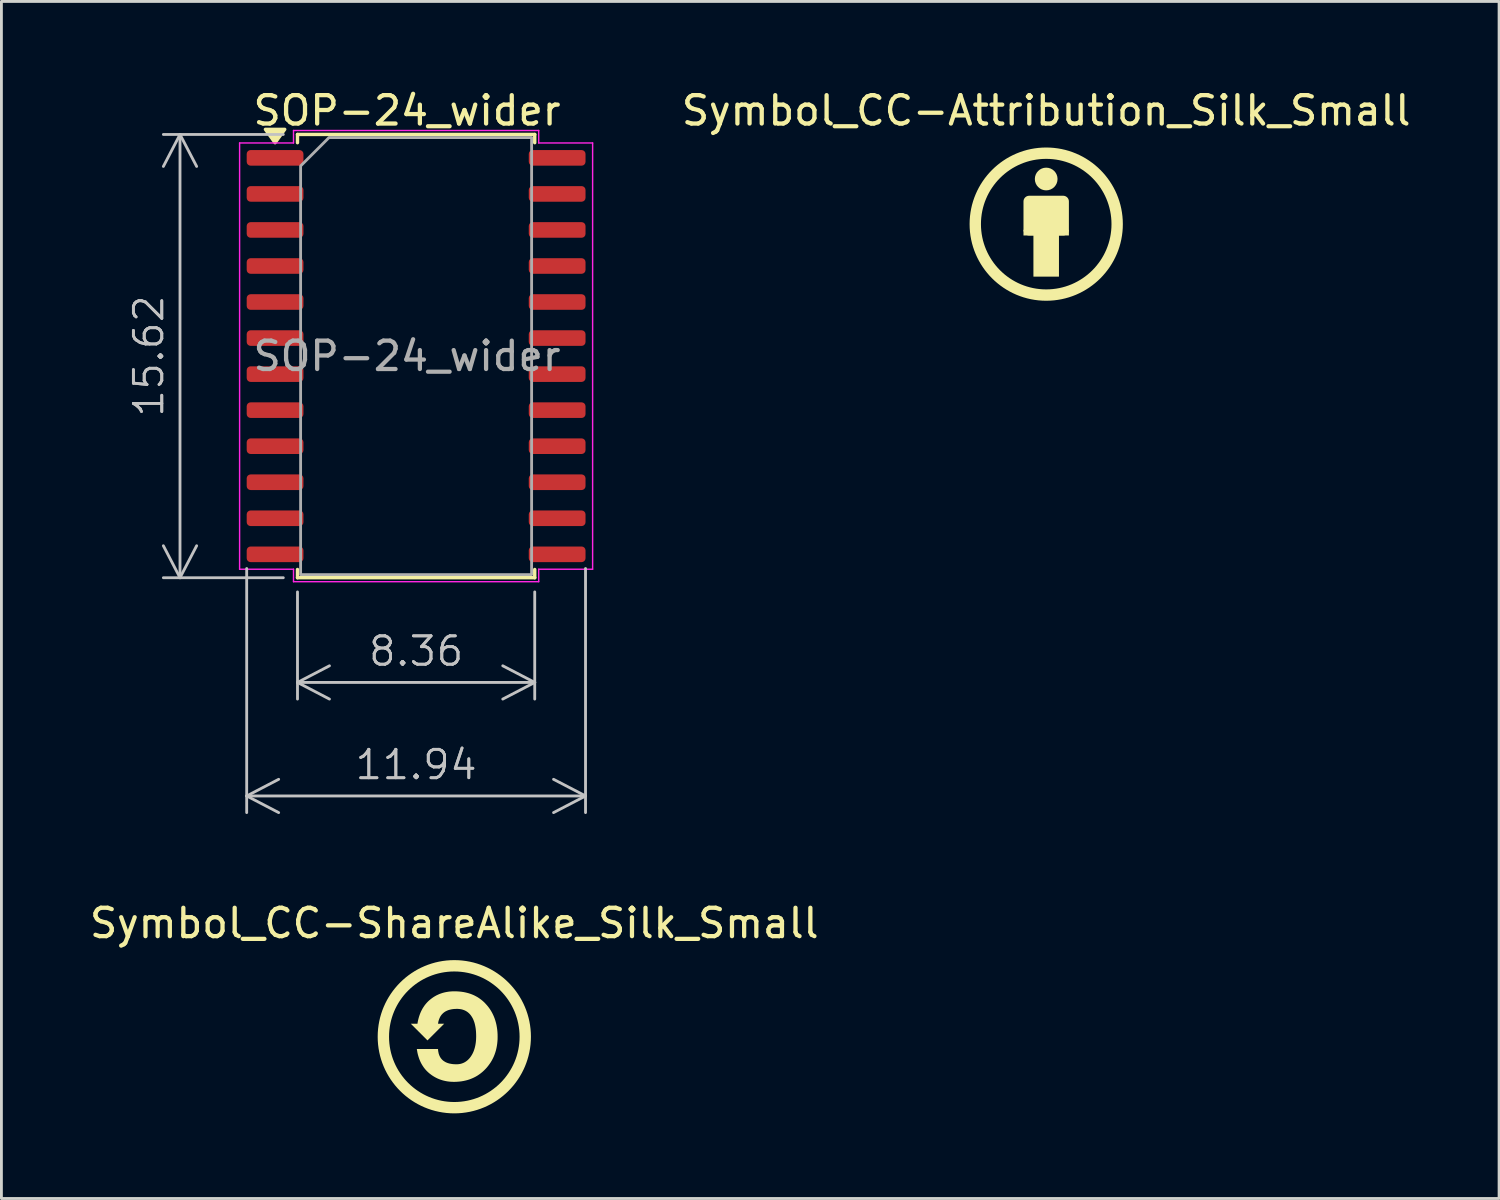
<source format=kicad_pcb>
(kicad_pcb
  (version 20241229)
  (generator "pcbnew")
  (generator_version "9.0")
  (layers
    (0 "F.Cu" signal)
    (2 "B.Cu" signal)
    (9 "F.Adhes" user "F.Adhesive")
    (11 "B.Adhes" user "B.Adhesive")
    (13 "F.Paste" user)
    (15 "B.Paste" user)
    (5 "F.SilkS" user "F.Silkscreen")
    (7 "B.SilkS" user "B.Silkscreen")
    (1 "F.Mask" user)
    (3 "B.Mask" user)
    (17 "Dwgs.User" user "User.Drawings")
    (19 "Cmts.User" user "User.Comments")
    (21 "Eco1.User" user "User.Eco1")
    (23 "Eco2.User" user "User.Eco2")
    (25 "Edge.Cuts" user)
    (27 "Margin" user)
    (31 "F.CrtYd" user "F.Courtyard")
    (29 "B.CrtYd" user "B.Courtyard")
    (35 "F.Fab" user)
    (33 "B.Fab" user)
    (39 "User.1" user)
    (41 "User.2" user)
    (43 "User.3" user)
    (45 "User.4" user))
  (footprint "SOP-24_wider"
    (layer "F.Cu")
    (at 11.293 9.498)
    (property "Reference" "SOP-24_wider" (at 0 -8.65 0) (layer "F.SilkS") (effects (font (size 1 1) (thickness 0.15))))
    (attr smd)
    (fp_line (start -3.86 -7.81) (end 4.5 -7.81) (stroke (width 0.12) (type solid)) (layer "F.SilkS"))
    (fp_line (start -3.86 -7.52) (end -3.86 -7.81) (stroke (width 0.12) (type solid)) (layer "F.SilkS"))
    (fp_line (start -3.86 7.81) (end -3.86 7.52) (stroke (width 0.12) (type solid)) (layer "F.SilkS"))
    (fp_line (start 4.5 -7.81) (end 4.5 -7.52) (stroke (width 0.12) (type solid)) (layer "F.SilkS"))
    (fp_line (start 4.5 7.52) (end 4.5 7.81) (stroke (width 0.12) (type solid)) (layer "F.SilkS"))
    (fp_line (start 4.5 7.81) (end -3.86 7.81) (stroke (width 0.12) (type solid)) (layer "F.SilkS"))
    (fp_poly (pts (xy -4.65 -7.52) (xy -4.99 -7.99) (xy -4.31 -7.99)) (stroke (width 0.12) (type solid)) (fill yes) (layer "F.SilkS"))
    (fp_line (start -5.9 -7.51) (end -4 -7.51) (stroke (width 0.05) (type solid)) (layer "F.CrtYd"))
    (fp_line (start -5.9 7.51) (end -5.9 -7.51) (stroke (width 0.05) (type solid)) (layer "F.CrtYd"))
    (fp_line (start -4 -7.95) (end 4.64 -7.95) (stroke (width 0.05) (type solid)) (layer "F.CrtYd"))
    (fp_line (start -4 -7.51) (end -4 -7.95) (stroke (width 0.05) (type solid)) (layer "F.CrtYd"))
    (fp_line (start -4 7.51) (end -5.9 7.51) (stroke (width 0.05) (type solid)) (layer "F.CrtYd"))
    (fp_line (start -4 7.95) (end -4 7.51) (stroke (width 0.05) (type solid)) (layer "F.CrtYd"))
    (fp_line (start 4.64 -7.95) (end 4.64 -7.51) (stroke (width 0.05) (type solid)) (layer "F.CrtYd"))
    (fp_line (start 4.64 -7.51) (end 6.54 -7.51) (stroke (width 0.05) (type solid)) (layer "F.CrtYd"))
    (fp_line (start 4.64 7.51) (end 4.64 7.95) (stroke (width 0.05) (type solid)) (layer "F.CrtYd"))
    (fp_line (start 4.64 7.95) (end -4 7.95) (stroke (width 0.05) (type solid)) (layer "F.CrtYd"))
    (fp_line (start 6.54 -7.51) (end 6.54 7.51) (stroke (width 0.05) (type solid)) (layer "F.CrtYd"))
    (fp_line (start 6.54 7.51) (end 4.64 7.51) (stroke (width 0.05) (type solid)) (layer "F.CrtYd"))
    (fp_poly (pts (xy -3.75 -6.7) (xy -3.75 7.7) (xy 4.39 7.7) (xy 4.39 -7.7) (xy -2.75 -7.7)) (stroke (width 0.1) (type solid)) (fill no) (layer "F.Fab"))
    (fp_text user "${REFERENCE}" (at 0 0 0) (layer "F.Fab") (effects (font (size 1 1) (thickness 0.15))))
    (dimension (type orthogonal) (layer "Dwgs.User") (pts (xy 7.433 1.688) (xy 7.433 17.308)) (height -4.14) (orientation 1) (format (prefix "") (suffix "") (units 3) (units_format 0) (precision 4) (suppress_zeroes yes)) (style (thickness 0.1) (arrow_length 1.27) (text_position_mode 0) (arrow_direction outward) (extension_height 0.586) (extension_offset 0.5) (keep_text_aligned yes)) (gr_text "15.62" (at 2.193 9.498 90) (layer "Dwgs.User") (effects (font (size 1 1) (thickness 0.1)))))
    (dimension (type orthogonal) (layer "Dwgs.User") (pts (xy 5.643 16.483) (xy 17.583 16.483)) (height 8.515) (orientation 0) (format (prefix "") (suffix "") (units 3) (units_format 0) (precision 4) (suppress_zeroes yes)) (style (thickness 0.1) (arrow_length 1.27) (text_position_mode 0) (arrow_direction outward) (extension_height 0.586) (extension_offset 0.5) (keep_text_aligned yes)) (gr_text "11.94" (at 11.613 23.898 0) (layer "Dwgs.User") (effects (font (size 1 1) (thickness 0.1)))))
    (dimension (type orthogonal) (layer "Dwgs.User") (pts (xy 7.433 17.308) (xy 15.793 17.308)) (height 3.69) (orientation 0) (format (prefix "") (suffix "") (units 3) (units_format 0) (precision 4) (suppress_zeroes yes)) (style (thickness 0.1) (arrow_length 1.27) (text_position_mode 0) (arrow_direction outward) (extension_height 0.586) (extension_offset 0.5) (keep_text_aligned yes)) (gr_text "8.36" (at 11.613 19.898 0) (layer "Dwgs.User") (effects (font (size 1 1) (thickness 0.1)))))
    (pad "1" smd roundrect (at -4.65 -6.985) (size 2 0.55) (layers "F.Cu" "F.Mask" "F.Paste") (roundrect_rratio 0.25))
    (pad "2" smd roundrect (at -4.65 -5.715) (size 2 0.55) (layers "F.Cu" "F.Mask" "F.Paste") (roundrect_rratio 0.25))
    (pad "3" smd roundrect (at -4.65 -4.445) (size 2 0.55) (layers "F.Cu" "F.Mask" "F.Paste") (roundrect_rratio 0.25))
    (pad "4" smd roundrect (at -4.65 -3.175) (size 2 0.55) (layers "F.Cu" "F.Mask" "F.Paste") (roundrect_rratio 0.25))
    (pad "5" smd roundrect (at -4.65 -1.905) (size 2 0.55) (layers "F.Cu" "F.Mask" "F.Paste") (roundrect_rratio 0.25))
    (pad "6" smd roundrect (at -4.65 -0.635) (size 2 0.55) (layers "F.Cu" "F.Mask" "F.Paste") (roundrect_rratio 0.25))
    (pad "7" smd roundrect (at -4.65 0.635) (size 2 0.55) (layers "F.Cu" "F.Mask" "F.Paste") (roundrect_rratio 0.25))
    (pad "8" smd roundrect (at -4.65 1.905) (size 2 0.55) (layers "F.Cu" "F.Mask" "F.Paste") (roundrect_rratio 0.25))
    (pad "9" smd roundrect (at -4.65 3.175) (size 2 0.55) (layers "F.Cu" "F.Mask" "F.Paste") (roundrect_rratio 0.25))
    (pad "10" smd roundrect (at -4.65 4.445) (size 2 0.55) (layers "F.Cu" "F.Mask" "F.Paste") (roundrect_rratio 0.25))
    (pad "11" smd roundrect (at -4.65 5.715) (size 2 0.55) (layers "F.Cu" "F.Mask" "F.Paste") (roundrect_rratio 0.25))
    (pad "12" smd roundrect (at -4.65 6.985) (size 2 0.55) (layers "F.Cu" "F.Mask" "F.Paste") (roundrect_rratio 0.25))
    (pad "13" smd roundrect (at 5.29 6.985) (size 2 0.55) (layers "F.Cu" "F.Mask" "F.Paste") (roundrect_rratio 0.25))
    (pad "14" smd roundrect (at 5.29 5.715) (size 2 0.55) (layers "F.Cu" "F.Mask" "F.Paste") (roundrect_rratio 0.25))
    (pad "15" smd roundrect (at 5.29 4.445) (size 2 0.55) (layers "F.Cu" "F.Mask" "F.Paste") (roundrect_rratio 0.25))
    (pad "16" smd roundrect (at 5.29 3.175) (size 2 0.55) (layers "F.Cu" "F.Mask" "F.Paste") (roundrect_rratio 0.25))
    (pad "17" smd roundrect (at 5.29 1.905) (size 2 0.55) (layers "F.Cu" "F.Mask" "F.Paste") (roundrect_rratio 0.25))
    (pad "18" smd roundrect (at 5.29 0.635) (size 2 0.55) (layers "F.Cu" "F.Mask" "F.Paste") (roundrect_rratio 0.25))
    (pad "19" smd roundrect (at 5.29 -0.635) (size 2 0.55) (layers "F.Cu" "F.Mask" "F.Paste") (roundrect_rratio 0.25))
    (pad "20" smd roundrect (at 5.29 -1.905) (size 2 0.55) (layers "F.Cu" "F.Mask" "F.Paste") (roundrect_rratio 0.25))
    (pad "21" smd roundrect (at 5.29 -3.175) (size 2 0.55) (layers "F.Cu" "F.Mask" "F.Paste") (roundrect_rratio 0.25))
    (pad "22" smd roundrect (at 5.29 -4.445) (size 2 0.55) (layers "F.Cu" "F.Mask" "F.Paste") (roundrect_rratio 0.25))
    (pad "23" smd roundrect (at 5.29 -5.715) (size 2 0.55) (layers "F.Cu" "F.Mask" "F.Paste") (roundrect_rratio 0.25))
    (pad "24" smd roundrect (at 5.29 -6.985) (size 2 0.55) (layers "F.Cu" "F.Mask" "F.Paste") (roundrect_rratio 0.25)))
  (footprint "Symbol_CC-Attribution_Silk_Small"
    (layer "F.Cu")
    (at 33.816 4.848)
    (property "Reference" "Symbol_CC-Attribution_Silk_Small" (at 0 -4 0) (layer "F.SilkS") (effects (font (size 1 1) (thickness 0.15))))
    (attr exclude_from_pos_files exclude_from_bom allow_missing_courtyard)
    (fp_rect (start -0.8 0.2) (end 0.8 0.4) (stroke (width 0) (type solid)) (fill yes) (layer "F.SilkS"))
    (fp_rect (start -0.6 -0.8) (end 0.6 0.2) (stroke (width 0.4) (type solid)) (fill yes) (layer "F.SilkS"))
    (fp_rect (start -0.45 0) (end 0.45 1.85) (stroke (width 0) (type solid)) (fill yes) (layer "F.SilkS"))
    (fp_circle (center 0 -1.59) (end 0.3 -1.59) (stroke (width 0.2) (type solid)) (fill yes) (layer "F.SilkS"))
    (fp_circle (center 0.001 0) (end 2.501 0) (stroke (width 0.4) (type solid)) (fill no) (layer "F.SilkS")))
  (footprint "Symbol_CC-ShareAlike_Silk_Small"
    (layer "F.Cu")
    (at 12.958 33.483)
    (property "Reference" "Symbol_CC-ShareAlike_Silk_Small" (at 0 -4 0) (layer "F.SilkS") (effects (font (size 1 1) (thickness 0.15))))
    (attr exclude_from_pos_files exclude_from_bom allow_missing_courtyard)
    (fp_circle (center 0.001 0) (end 2.501 0) (stroke (width 0.4) (type solid)) (fill no) (layer "F.SilkS"))
    (fp_poly (pts (xy 0.089 -1.599) (xy 0.173 -1.594) (xy 0.255 -1.585) (xy 0.335 -1.573) (xy 0.412 -1.557) (xy 0.487 -1.538) (xy 0.56 -1.515) (xy 0.63 -1.489) (xy 0.699 -1.459) (xy 0.765 -1.425) (xy 0.829 -1.389) (xy 0.89 -1.348) (xy 0.95 -1.304) (xy 1.007 -1.257) (xy 1.062 -1.206) (xy 1.114 -1.151) (xy 1.164 -1.094) (xy 1.211 -1.035) (xy 1.255 -0.974) (xy 1.295 -0.911) (xy 1.332 -0.846) (xy 1.366 -0.778) (xy 1.397 -0.709) (xy 1.424 -0.638) (xy 1.448 -0.565) (xy 1.469 -0.49) (xy 1.487 -0.413) (xy 1.501 -0.334) (xy 1.513 -0.253) (xy 1.521 -0.17) (xy 1.526 -0.085) (xy 1.527 0.002) (xy 1.526 0.087) (xy 1.52 0.169) (xy 1.512 0.25) (xy 1.5 0.329) (xy 1.485 0.406) (xy 1.467 0.482) (xy 1.445 0.555) (xy 1.42 0.627) (xy 1.392 0.697) (xy 1.36 0.765) (xy 1.325 0.832) (xy 1.286 0.897) (xy 1.244 0.959) (xy 1.199 1.02) (xy 1.151 1.08) (xy 1.099 1.137) (xy 1.044 1.192) (xy 0.988 1.243) (xy 0.929 1.291) (xy 0.868 1.335) (xy 0.806 1.376) (xy 0.741 1.413) (xy 0.675 1.446) (xy 0.606 1.476) (xy 0.536 1.503) (xy 0.464 1.526) (xy 0.389 1.545) (xy 0.313 1.561) (xy 0.234 1.574) (xy 0.154 1.582) (xy 0.072 1.588) (xy -0.013 1.59) (xy -0.075 1.588) (xy -0.136 1.585) (xy -0.196 1.579) (xy -0.255 1.571) (xy -0.313 1.56) (xy -0.37 1.547) (xy -0.426 1.532) (xy -0.481 1.514) (xy -0.535 1.494) (xy -0.587 1.472) (xy -0.639 1.447) (xy -0.689 1.42) (xy -0.739 1.39) (xy -0.787 1.359) (xy -0.834 1.324) (xy -0.881 1.288) (xy -0.925 1.249) (xy -0.967 1.209) (xy -1.007 1.166) (xy -1.045 1.121) (xy -1.08 1.075) (xy -1.113 1.026) (xy -1.144 0.975) (xy -1.173 0.923) (xy -1.199 0.868) (xy -1.223 0.812) (xy -1.245 0.753) (xy -1.264 0.693) (xy -1.282 0.63) (xy -1.297 0.566) (xy -1.309 0.499) (xy -1.32 0.431) (xy -0.573 0.431) (xy -0.571 0.464) (xy -0.568 0.496) (xy -0.563 0.527) (xy -0.557 0.557) (xy -0.551 0.586) (xy -0.543 0.614) (xy -0.533 0.641) (xy -0.523 0.667) (xy -0.511 0.692) (xy -0.499 0.715) (xy -0.485 0.738) (xy -0.47 0.76) (xy -0.453 0.78) (xy -0.436 0.8) (xy -0.417 0.818) (xy -0.398 0.836) (xy -0.377 0.852) (xy -0.354 0.867) (xy -0.331 0.881) (xy -0.307 0.895) (xy -0.281 0.907) (xy -0.254 0.918) (xy -0.227 0.928) (xy -0.197 0.937) (xy -0.167 0.945) (xy -0.136 0.951) (xy -0.103 0.957) (xy -0.069 0.962) (xy -0.034 0.966) (xy 0.002 0.968) (xy 0.039 0.97) (xy 0.077 0.97) (xy 0.116 0.969) (xy 0.154 0.966) (xy 0.19 0.961) (xy 0.226 0.954) (xy 0.261 0.944) (xy 0.294 0.932) (xy 0.327 0.919) (xy 0.359 0.903) (xy 0.39 0.885) (xy 0.42 0.865) (xy 0.449 0.843) (xy 0.477 0.819) (xy 0.504 0.792) (xy 0.531 0.764) (xy 0.556 0.733) (xy 0.58 0.701) (xy 0.603 0.666) (xy 0.625 0.63) (xy 0.645 0.593) (xy 0.664 0.554) (xy 0.681 0.514) (xy 0.696 0.473) (xy 0.71 0.43) (xy 0.723 0.386) (xy 0.734 0.34) (xy 0.744 0.293) (xy 0.752 0.244) (xy 0.759 0.195) (xy 0.764 0.143) (xy 0.768 0.091) (xy 0.77 0.036) (xy 0.771 -0.019) (xy 0.77 -0.077) (xy 0.768 -0.133) (xy 0.765 -0.188) (xy 0.76 -0.24) (xy 0.754 -0.291) (xy 0.746 -0.341) (xy 0.737 -0.388) (xy 0.727 -0.434) (xy 0.716 -0.478) (xy 0.703 -0.52) (xy 0.688 -0.56) (xy 0.673 -0.599) (xy 0.656 -0.636) (xy 0.637 -0.671) (xy 0.617 -0.704) (xy 0.596 -0.736) (xy 0.574 -0.766) (xy 0.55 -0.794) (xy 0.525 -0.82) (xy 0.499 -0.844) (xy 0.472 -0.866) (xy 0.444 -0.886) (xy 0.414 -0.904) (xy 0.383 -0.921) (xy 0.351 -0.935) (xy 0.318 -0.947) (xy 0.284 -0.958) (xy 0.248 -0.967) (xy 0.211 -0.973) (xy 0.173 -0.978) (xy 0.134 -0.981) (xy 0.093 -0.982) (xy 0.021 -0.98) (xy -0.047 -0.974) (xy -0.111 -0.964) (xy -0.171 -0.949) (xy -0.199 -0.941) (xy -0.226 -0.931) (xy -0.253 -0.92) (xy -0.278 -0.908) (xy -0.303 -0.896) (xy -0.326 -0.882) (xy -0.348 -0.867) (xy -0.37 -0.851) (xy -0.39 -0.834) (xy -0.409 -0.816) (xy -0.428 -0.797) (xy -0.445 -0.778) (xy -0.461 -0.757) (xy -0.476 -0.735) (xy -0.491 -0.712) (xy -0.504 -0.687) (xy -0.516 -0.662) (xy -0.527 -0.636) (xy -0.538 -0.609) (xy -0.547 -0.581) (xy -0.555 -0.552) (xy -0.562 -0.522) (xy -0.573 -0.458) (xy -0.356 -0.458) (xy -0.944 0.129) (xy -1.531 -0.458) (xy -1.298 -0.458) (xy -1.287 -0.525) (xy -1.273 -0.591) (xy -1.257 -0.654) (xy -1.239 -0.715) (xy -1.219 -0.775) (xy -1.197 -0.832) (xy -1.173 -0.888) (xy -1.146 -0.942) (xy -1.118 -0.994) (xy -1.087 -1.043) (xy -1.055 -1.091) (xy -1.02 -1.137) (xy -0.983 -1.181) (xy -0.944 -1.224) (xy -0.903 -1.264) (xy -0.859 -1.302) (xy -0.814 -1.338) (xy -0.768 -1.372) (xy -0.721 -1.404) (xy -0.672 -1.433) (xy -0.623 -1.46) (xy -0.572 -1.484) (xy -0.52 -1.507) (xy -0.466 -1.526) (xy -0.412 -1.544) (xy -0.356 -1.559) (xy -0.299 -1.572) (xy -0.241 -1.582) (xy -0.182 -1.591) (xy -0.121 -1.596) (xy -0.06 -1.6) (xy 0.003 -1.601)) (stroke (width 0) (type solid)) (fill yes) (layer "F.SilkS")))
  (gr_rect
    (start -3 -3)
    (end 49.775 39.183)
    (stroke (width 0.1) (type default))
    (fill no)
    (layer "Edge.Cuts")))
</source>
